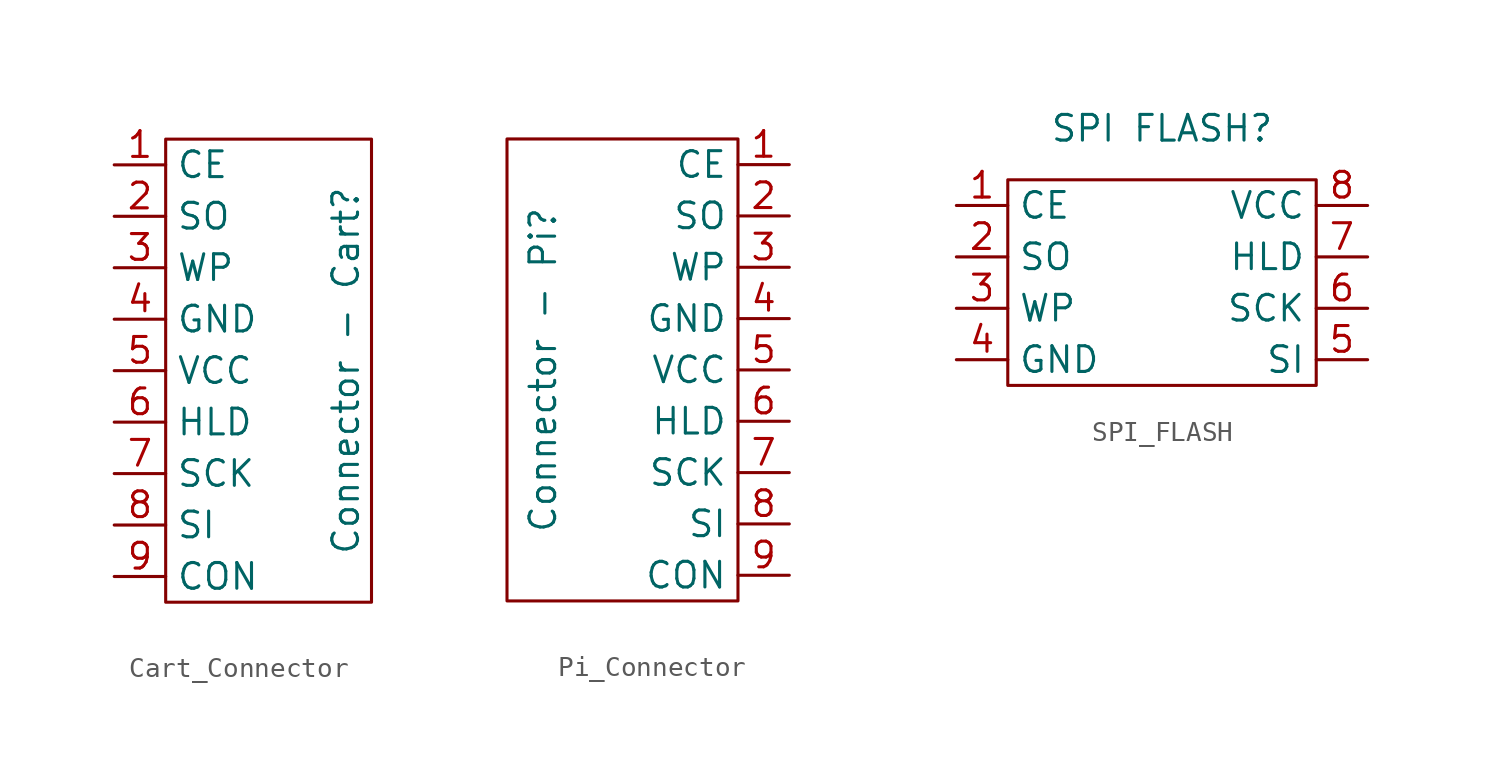
<source format=kicad_sym>
(kicad_symbol_lib
  (version 20241209)
  (generator "kicad_symbol_editor")
  (generator_version "9.0")
  (symbol "Cart_Connector"
    (property "Reference" "Connector - Cart"
      (at 2.54 0 90)
      (effects (font (size 1.27 1.27))))
    (property "Value" ""
      (at 0 0 0)
      (effects (font (size 1.27 1.27))))
    (symbol "Cart_Connector_0_1"
      (rectangle (start -6.35 11.43) (end 3.81 -11.43) (stroke (width 0) (type default)) (fill (type none))))
    (symbol "Cart_Connector_1_1"
      (pin input line (at -8.89 10.16 0) (length 2.54) (name "CE" (effects (font (size 1.27 1.27)))) (number "1" (effects (font (size 1.27 1.27)))))
      (pin output line (at -8.89 7.62 0) (length 2.54) (name "SO" (effects (font (size 1.27 1.27)))) (number "2" (effects (font (size 1.27 1.27)))))
      (pin output line (at -8.89 5.08 0) (length 2.54) (name "WP" (effects (font (size 1.27 1.27)))) (number "3" (effects (font (size 1.27 1.27)))))
      (pin power_in line (at -8.89 2.54 0) (length 2.54) (name "GND" (effects (font (size 1.27 1.27)))) (number "4" (effects (font (size 1.27 1.27)))))
      (pin power_in line (at -8.89 0 0) (length 2.54) (name "VCC" (effects (font (size 1.27 1.27)))) (number "5" (effects (font (size 1.27 1.27)))))
      (pin input line (at -8.89 -2.54 0) (length 2.54) (name "HLD" (effects (font (size 1.27 1.27)))) (number "6" (effects (font (size 1.27 1.27)))))
      (pin input line (at -8.89 -5.08 0) (length 2.54) (name "SCK" (effects (font (size 1.27 1.27)))) (number "7" (effects (font (size 1.27 1.27)))))
      (pin input line (at -8.89 -7.62 0) (length 2.54) (name "SI" (effects (font (size 1.27 1.27)))) (number "8" (effects (font (size 1.27 1.27)))))
      (pin input line (at -8.89 -10.16 0) (length 2.54) (name "CON" (effects (font (size 1.27 1.27)))) (number "9" (effects (font (size 1.27 1.27)))))))
  (symbol "Pi_Connector"
    (property "Reference" "Connector - Pi"
      (at -3.302 0 90)
      (effects (font (size 1.27 1.27))))
    (property "Value" ""
      (at 0 0 0)
      (effects (font (size 1.27 1.27))))
    (symbol "Pi_Connector_0_1"
      (rectangle (start 6.35 -11.43) (end -5.08 11.43) (stroke (width 0) (type default)) (fill (type none))))
    (symbol "Pi_Connector_1_1"
      (pin output line (at 8.89 10.16 180) (length 2.54) (name "CE" (effects (font (size 1.27 1.27)))) (number "1" (effects (font (size 1.27 1.27)))))
      (pin input line (at 8.89 7.62 180) (length 2.54) (name "SO" (effects (font (size 1.27 1.27)))) (number "2" (effects (font (size 1.27 1.27)))))
      (pin input line (at 8.89 5.08 180) (length 2.54) (name "WP" (effects (font (size 1.27 1.27)))) (number "3" (effects (font (size 1.27 1.27)))))
      (pin power_out line (at 8.89 2.54 180) (length 2.54) (name "GND" (effects (font (size 1.27 1.27)))) (number "4" (effects (font (size 1.27 1.27)))))
      (pin power_out line (at 8.89 0 180) (length 2.54) (name "VCC" (effects (font (size 1.27 1.27)))) (number "5" (effects (font (size 1.27 1.27)))))
      (pin output line (at 8.89 -2.54 180) (length 2.54) (name "HLD" (effects (font (size 1.27 1.27)))) (number "6" (effects (font (size 1.27 1.27)))))
      (pin output line (at 8.89 -5.08 180) (length 2.54) (name "SCK" (effects (font (size 1.27 1.27)))) (number "7" (effects (font (size 1.27 1.27)))))
      (pin output line (at 8.89 -7.62 180) (length 2.54) (name "SI" (effects (font (size 1.27 1.27)))) (number "8" (effects (font (size 1.27 1.27)))))
      (pin output line (at 8.89 -10.16 180) (length 2.54) (name "CON" (effects (font (size 1.27 1.27)))) (number "9" (effects (font (size 1.27 1.27)))))))
  (symbol "SPI_FLASH"
    (property "Reference" "SPI FLASH"
      (at 0 7.62 0)
      (effects (font (size 1.27 1.27))))
    (property "Value" ""
      (at 0 0 0)
      (effects (font (size 1.27 1.27))))
    (symbol "SPI_FLASH_0_1"
      (rectangle (start -7.62 5.08) (end 7.62 -5.08) (stroke (width 0) (type default)) (fill (type none))))
    (symbol "SPI_FLASH_1_1"
      (pin input line (at -10.16 3.81 0) (length 2.54) (name "CE" (effects (font (size 1.27 1.27)))) (number "1" (effects (font (size 1.27 1.27)))))
      (pin output line (at -10.16 1.27 0) (length 2.54) (name "SO" (effects (font (size 1.27 1.27)))) (number "2" (effects (font (size 1.27 1.27)))))
      (pin input line (at -10.16 -1.27 0) (length 2.54) (name "WP" (effects (font (size 1.27 1.27)))) (number "3" (effects (font (size 1.27 1.27)))))
      (pin power_in line (at -10.16 -3.81 0) (length 2.54) (name "GND" (effects (font (size 1.27 1.27)))) (number "4" (effects (font (size 1.27 1.27)))))
      (pin power_in line (at 10.16 3.81 180) (length 2.54) (name "VCC" (effects (font (size 1.27 1.27)))) (number "8" (effects (font (size 1.27 1.27)))))
      (pin input line (at 10.16 1.27 180) (length 2.54) (name "HLD" (effects (font (size 1.27 1.27)))) (number "7" (effects (font (size 1.27 1.27)))))
      (pin input line (at 10.16 -1.27 180) (length 2.54) (name "SCK" (effects (font (size 1.27 1.27)))) (number "6" (effects (font (size 1.27 1.27)))))
      (pin input line (at 10.16 -3.81 180) (length 2.54) (name "SI" (effects (font (size 1.27 1.27)))) (number "5" (effects (font (size 1.27 1.27))))))))
</source>
